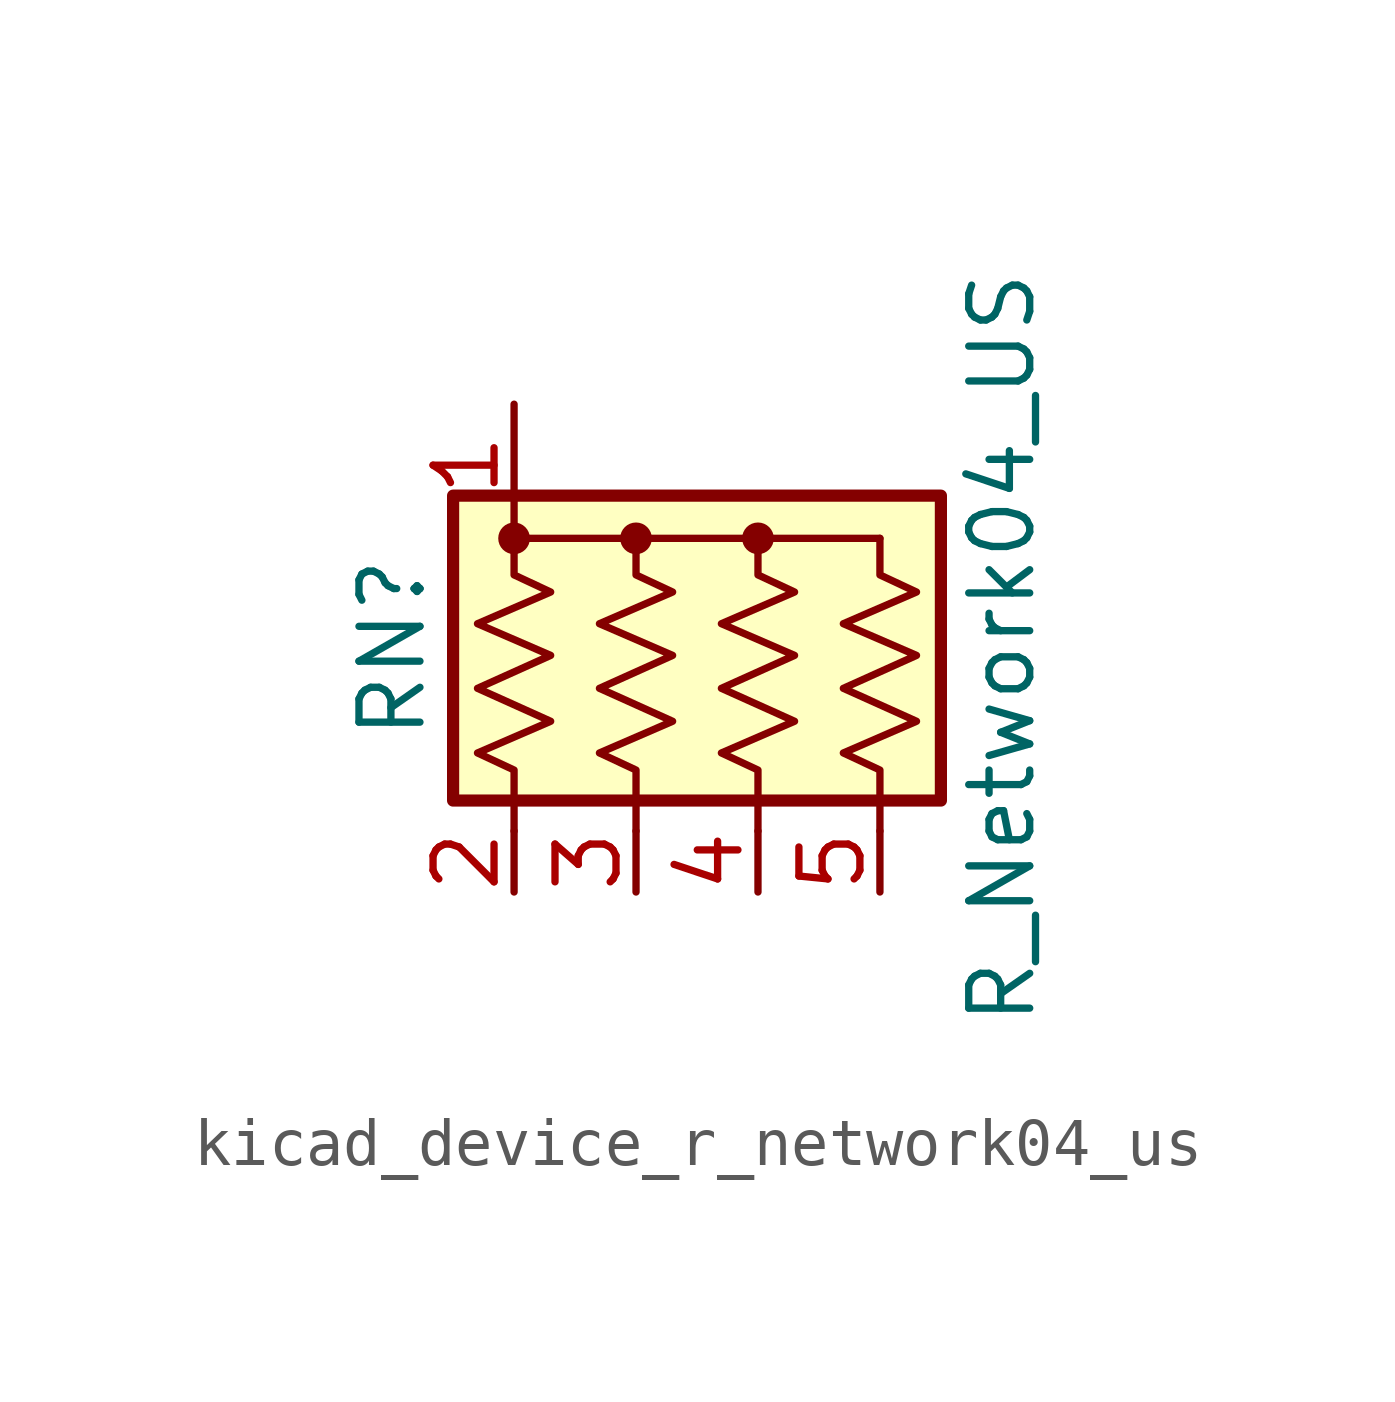
<source format=kicad_sym>
(kicad_symbol_lib
  (version 20220914)
  (generator kicad_symbol_editor)
  (symbol "kicad_device_r_network04_us"
    (pin_names
      (offset 0) hide)
    (property "Reference" "RN"
      (at -7.62 0 90)
      (effects (font (size 1.27 1.27))))
    (property "Value" "R_Network04_US"
      (at 5.08 0 90)
      (effects (font (size 1.27 1.27))))
    (symbol "kicad_device_r_network04_us_0_1"
      (rectangle (start -6.35 -3.175) (end 3.81 3.175) (stroke (width 0.254) (type default)) (fill (type background)))
      (circle (center -5.08 2.286) (radius 0.254) (stroke (width 0) (type default)) (fill (type outline)))
      (circle (center -2.54 2.286) (radius 0.254) (stroke (width 0) (type default)) (fill (type outline)))
      (polyline (pts (xy -5.08 2.286) (xy 2.54 2.286)) (stroke (width 0) (type default)) (fill (type none)))
      (polyline (pts (xy -5.08 2.286) (xy -5.08 1.524) (xy -4.318 1.168) (xy -5.842 0.508) (xy -4.318 -0.152) (xy -5.842 -0.838) (xy -4.318 -1.524) (xy -5.842 -2.184) (xy -5.08 -2.54) (xy -5.08 -3.81)) (stroke (width 0) (type default)) (fill (type none)))
      (polyline (pts (xy -2.54 2.286) (xy -2.54 1.524) (xy -1.778 1.168) (xy -3.302 0.508) (xy -1.778 -0.152) (xy -3.302 -0.838) (xy -1.778 -1.524) (xy -3.302 -2.184) (xy -2.54 -2.54) (xy -2.54 -3.81)) (stroke (width 0) (type default)) (fill (type none)))
      (polyline (pts (xy 0 2.286) (xy 0 1.524) (xy 0.762 1.168) (xy -0.762 0.508) (xy 0.762 -0.152) (xy -0.762 -0.838) (xy 0.762 -1.524) (xy -0.762 -2.184) (xy 0 -2.54) (xy 0 -3.81)) (stroke (width 0) (type default)) (fill (type none)))
      (polyline (pts (xy 2.54 2.286) (xy 2.54 1.524) (xy 3.302 1.168) (xy 1.778 0.508) (xy 3.302 -0.152) (xy 1.778 -0.838) (xy 3.302 -1.524) (xy 1.778 -2.184) (xy 2.54 -2.54) (xy 2.54 -3.81)) (stroke (width 0) (type default)) (fill (type none)))
      (circle (center 0 2.286) (radius 0.254) (stroke (width 0) (type default)) (fill (type outline))))
    (symbol "kicad_device_r_network04_us_1_1"
      (pin passive line (at -5.08 5.08 270) (length 2.54) (name "common" (effects (font (size 1.27 1.27)))) (number "1" (effects (font (size 1.27 1.27)))))
      (pin passive line (at -5.08 -5.08 90) (length 1.27) (name "R1" (effects (font (size 1.27 1.27)))) (number "2" (effects (font (size 1.27 1.27)))))
      (pin passive line (at -2.54 -5.08 90) (length 1.27) (name "R2" (effects (font (size 1.27 1.27)))) (number "3" (effects (font (size 1.27 1.27)))))
      (pin passive line (at 0 -5.08 90) (length 1.27) (name "R3" (effects (font (size 1.27 1.27)))) (number "4" (effects (font (size 1.27 1.27)))))
      (pin passive line (at 2.54 -5.08 90) (length 1.27) (name "R4" (effects (font (size 1.27 1.27)))) (number "5" (effects (font (size 1.27 1.27))))))))
</source>
